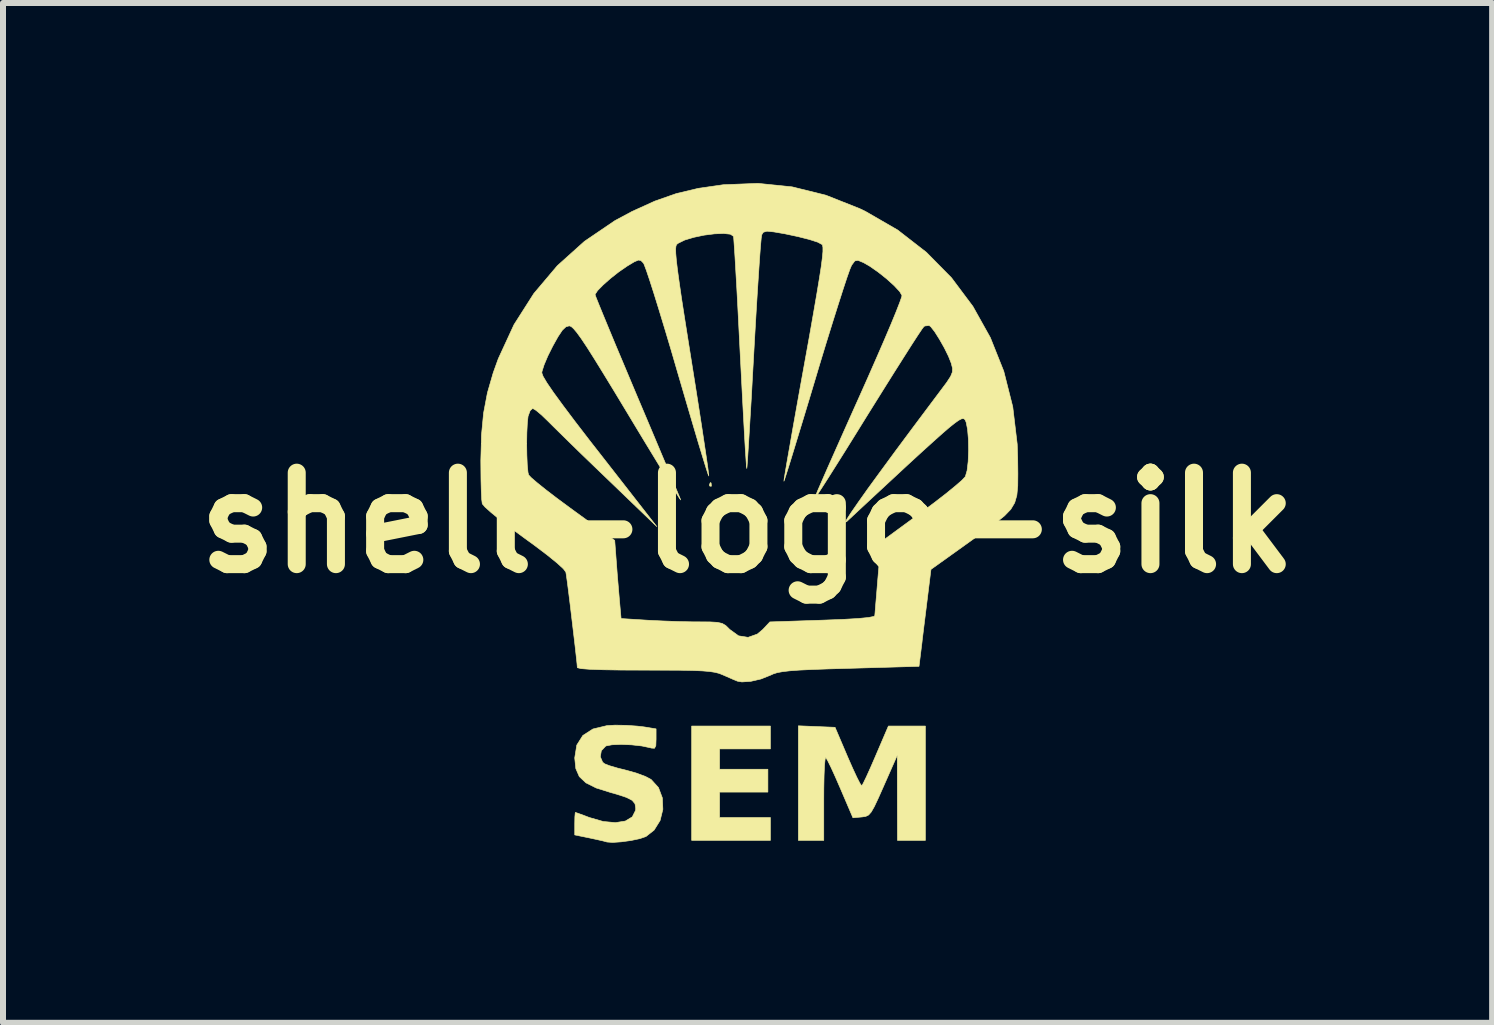
<source format=kicad_pcb>
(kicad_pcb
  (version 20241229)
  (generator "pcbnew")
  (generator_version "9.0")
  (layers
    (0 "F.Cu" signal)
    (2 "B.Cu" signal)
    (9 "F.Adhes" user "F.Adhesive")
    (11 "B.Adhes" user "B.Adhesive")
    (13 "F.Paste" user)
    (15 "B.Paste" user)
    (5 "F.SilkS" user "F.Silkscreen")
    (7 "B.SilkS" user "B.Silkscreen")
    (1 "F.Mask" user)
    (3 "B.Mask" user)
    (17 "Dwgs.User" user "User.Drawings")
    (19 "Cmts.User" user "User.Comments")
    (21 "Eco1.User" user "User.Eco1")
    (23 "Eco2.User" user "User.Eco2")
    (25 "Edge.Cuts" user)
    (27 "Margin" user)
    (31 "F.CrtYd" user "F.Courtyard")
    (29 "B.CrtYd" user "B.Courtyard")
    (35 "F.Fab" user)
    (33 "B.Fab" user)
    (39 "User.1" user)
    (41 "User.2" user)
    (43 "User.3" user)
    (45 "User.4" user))
  (footprint "shell-logo-silk"
    (layer "F.Cu")
    (at 9.405 5.66)
    (property "Reference" "shell-logo-silk" (at 0 0 0) (layer "F.SilkS") (effects (font (size 1.524 1.524) (thickness 0.3))))
    (attr through_hole)
    (fp_poly (pts (xy 1.101 -0.318) (xy 1.079 -0.296) (xy 1.058 -0.318) (xy 1.079 -0.339) (xy 1.101 -0.318)) (stroke (width 0.01) (type solid)) (fill yes) (layer "F.SilkS"))
    (fp_poly (pts (xy -0.607 -0.663) (xy -0.602 -0.613) (xy -0.607 -0.607) (xy -0.632 -0.613) (xy -0.635 -0.635) (xy -0.62 -0.67) (xy -0.607 -0.663)) (stroke (width 0.01) (type solid)) (fill yes) (layer "F.SilkS"))
    (fp_poly (pts (xy 0.381 3.768) (xy -0.466 3.768) (xy -0.466 4.106) (xy 0.339 4.106) (xy 0.339 4.487) (xy -0.466 4.487) (xy -0.466 4.911) (xy 0.381 4.911) (xy 0.381 5.292) (xy -0.931 5.292) (xy -0.931 3.387) (xy 0.381 3.387) (xy 0.381 3.768)) (stroke (width 0.01) (type solid)) (fill yes) (layer "F.SilkS"))
    (fp_poly (pts (xy 1.458 3.408) (xy 1.669 3.903) (xy 1.75 4.087) (xy 1.82 4.238) (xy 1.873 4.342) (xy 1.902 4.383) (xy 1.903 4.383) (xy 1.928 4.34) (xy 1.979 4.235) (xy 2.048 4.082) (xy 2.128 3.898) (xy 2.137 3.877) (xy 2.347 3.387) (xy 2.963 3.387) (xy 2.963 5.292) (xy 2.498 5.292) (xy 2.496 4.583) (xy 2.495 3.873) (xy 2.271 4.381) (xy 2.179 4.588) (xy 2.112 4.73) (xy 2.061 4.819) (xy 2.017 4.869) (xy 1.97 4.892) (xy 1.912 4.901) (xy 1.902 4.902) (xy 1.756 4.915) (xy 1.545 4.422) (xy 1.463 4.234) (xy 1.391 4.076) (xy 1.335 3.963) (xy 1.304 3.911) (xy 1.302 3.91) (xy 1.292 3.943) (xy 1.282 4.047) (xy 1.275 4.209) (xy 1.271 4.416) (xy 1.27 4.591) (xy 1.27 5.292) (xy 0.847 5.292) (xy 0.847 3.383) (xy 1.458 3.408)) (stroke (width 0.01) (type solid)) (fill yes) (layer "F.SilkS"))
    (fp_poly (pts (xy -2.023 3.375) (xy -1.836 3.388) (xy -1.725 3.401) (xy -1.524 3.434) (xy -1.524 3.606) (xy -1.528 3.714) (xy -1.55 3.757) (xy -1.602 3.754) (xy -1.619 3.749) (xy -1.76 3.719) (xy -1.931 3.7) (xy -2.107 3.693) (xy -2.258 3.699) (xy -2.357 3.718) (xy -2.364 3.722) (xy -2.436 3.798) (xy -2.453 3.899) (xy -2.414 3.99) (xy -2.379 4.017) (xy -2.299 4.048) (xy -2.167 4.087) (xy -2.014 4.125) (xy -1.848 4.172) (xy -1.699 4.228) (xy -1.607 4.277) (xy -1.484 4.412) (xy -1.419 4.585) (xy -1.411 4.775) (xy -1.457 4.961) (xy -1.557 5.121) (xy -1.693 5.228) (xy -1.795 5.263) (xy -1.942 5.294) (xy -2.103 5.316) (xy -2.247 5.326) (xy -2.343 5.319) (xy -2.349 5.317) (xy -2.412 5.3) (xy -2.528 5.274) (xy -2.635 5.251) (xy -2.879 5.201) (xy -2.879 5.013) (xy -2.877 4.901) (xy -2.871 4.834) (xy -2.868 4.826) (xy -2.826 4.84) (xy -2.729 4.875) (xy -2.635 4.911) (xy -2.405 4.977) (xy -2.201 4.996) (xy -2.036 4.97) (xy -1.92 4.9) (xy -1.865 4.79) (xy -1.863 4.754) (xy -1.875 4.682) (xy -1.922 4.625) (xy -2.017 4.576) (xy -2.175 4.524) (xy -2.275 4.496) (xy -2.521 4.419) (xy -2.693 4.333) (xy -2.803 4.229) (xy -2.861 4.096) (xy -2.879 3.922) (xy -2.879 3.915) (xy -2.845 3.704) (xy -2.744 3.544) (xy -2.576 3.436) (xy -2.343 3.38) (xy -2.208 3.372) (xy -2.023 3.375)) (stroke (width 0.01) (type solid)) (fill yes) (layer "F.SilkS"))
    (fp_poly (pts (xy 0.742 -5.597) (xy 1.304 -5.458) (xy 1.867 -5.235) (xy 1.968 -5.186) (xy 2.501 -4.878) (xy 2.979 -4.507) (xy 3.398 -4.082) (xy 3.755 -3.605) (xy 4.046 -3.084) (xy 4.269 -2.525) (xy 4.419 -1.931) (xy 4.493 -1.31) (xy 4.501 -1.079) (xy 4.504 -0.817) (xy 4.502 -0.615) (xy 4.487 -0.458) (xy 4.451 -0.333) (xy 4.386 -0.224) (xy 4.284 -0.118) (xy 4.137 0.001) (xy 3.937 0.146) (xy 3.749 0.281) (xy 3.056 0.777) (xy 3.006 1.182) (xy 2.976 1.425) (xy 2.942 1.698) (xy 2.911 1.95) (xy 2.907 1.99) (xy 2.857 2.392) (xy 1.7 2.425) (xy 1.349 2.435) (xy 1.073 2.445) (xy 0.86 2.455) (xy 0.7 2.467) (xy 0.582 2.481) (xy 0.495 2.497) (xy 0.429 2.518) (xy 0.381 2.54) (xy 0.223 2.603) (xy 0.054 2.642) (xy -0.094 2.652) (xy -0.169 2.639) (xy -0.246 2.607) (xy -0.362 2.556) (xy -0.41 2.535) (xy -0.472 2.51) (xy -0.542 2.492) (xy -0.632 2.478) (xy -0.753 2.468) (xy -0.917 2.461) (xy -1.133 2.457) (xy -1.413 2.456) (xy -1.712 2.455) (xy -2.103 2.454) (xy -2.41 2.449) (xy -2.634 2.441) (xy -2.775 2.43) (xy -2.834 2.415) (xy -2.836 2.411) (xy -2.841 2.349) (xy -2.855 2.22) (xy -2.875 2.041) (xy -2.9 1.829) (xy -2.927 1.602) (xy -2.954 1.375) (xy -2.98 1.166) (xy -3.002 0.993) (xy -3.019 0.872) (xy -3.027 0.823) (xy -3.068 0.767) (xy -3.174 0.67) (xy -3.338 0.537) (xy -3.552 0.375) (xy -3.721 0.252) (xy -3.932 0.097) (xy -4.119 -0.046) (xy -4.269 -0.168) (xy -4.373 -0.261) (xy -4.419 -0.315) (xy -4.42 -0.318) (xy -4.429 -0.388) (xy -4.436 -0.527) (xy -4.441 -0.715) (xy -4.443 -0.936) (xy -4.444 -1.037) (xy -4.436 -1.315) (xy -3.68 -1.315) (xy -3.677 -1.127) (xy -3.67 -0.961) (xy -3.658 -0.84) (xy -3.648 -0.798) (xy -3.606 -0.753) (xy -3.506 -0.667) (xy -3.359 -0.549) (xy -3.175 -0.408) (xy -2.965 -0.253) (xy -2.916 -0.217) (xy -2.213 0.294) (xy -2.185 0.666) (xy -2.169 0.88) (xy -2.15 1.104) (xy -2.134 1.295) (xy -2.132 1.317) (xy -2.107 1.596) (xy -1.661 1.624) (xy -1.415 1.636) (xy -1.144 1.646) (xy -0.895 1.651) (xy -0.815 1.651) (xy -0.627 1.652) (xy -0.504 1.659) (xy -0.423 1.677) (xy -0.364 1.711) (xy -0.307 1.767) (xy -0.296 1.778) (xy -0.149 1.884) (xy 0.009 1.909) (xy 0.164 1.854) (xy 0.254 1.778) (xy 0.372 1.652) (xy 1.244 1.623) (xy 1.587 1.61) (xy 1.845 1.595) (xy 2.018 1.578) (xy 2.107 1.56) (xy 2.12 1.549) (xy 2.125 1.492) (xy 2.135 1.367) (xy 2.15 1.191) (xy 2.167 0.981) (xy 2.173 0.911) (xy 2.223 0.319) (xy 2.9 -0.177) (xy 3.112 -0.335) (xy 3.302 -0.482) (xy 3.459 -0.61) (xy 3.571 -0.707) (xy 3.627 -0.767) (xy 3.629 -0.77) (xy 3.658 -0.869) (xy 3.676 -1.021) (xy 3.683 -1.204) (xy 3.68 -1.39) (xy 3.666 -1.556) (xy 3.642 -1.676) (xy 3.625 -1.714) (xy 3.61 -1.73) (xy 3.59 -1.736) (xy 3.561 -1.73) (xy 3.516 -1.706) (xy 3.453 -1.661) (xy 3.365 -1.591) (xy 3.249 -1.491) (xy 3.1 -1.358) (xy 2.912 -1.188) (xy 2.682 -0.977) (xy 2.405 -0.72) (xy 2.075 -0.414) (xy 1.688 -0.054) (xy 1.657 -0.024) (xy 1.63 -0.009) (xy 1.654 -0.058) (xy 1.726 -0.17) (xy 1.845 -0.342) (xy 2.008 -0.572) (xy 2.216 -0.857) (xy 2.465 -1.196) (xy 2.755 -1.586) (xy 3.083 -2.024) (xy 3.209 -2.192) (xy 3.319 -2.339) (xy 3.384 -2.439) (xy 3.413 -2.511) (xy 3.415 -2.575) (xy 3.396 -2.65) (xy 3.394 -2.658) (xy 3.348 -2.774) (xy 3.279 -2.914) (xy 3.198 -3.057) (xy 3.119 -3.182) (xy 3.054 -3.265) (xy 3.026 -3.287) (xy 2.956 -3.279) (xy 2.939 -3.27) (xy 2.907 -3.228) (xy 2.836 -3.122) (xy 2.731 -2.96) (xy 2.597 -2.749) (xy 2.438 -2.498) (xy 2.26 -2.214) (xy 2.067 -1.905) (xy 2.009 -1.812) (xy 1.815 -1.499) (xy 1.636 -1.211) (xy 1.475 -0.955) (xy 1.338 -0.738) (xy 1.229 -0.568) (xy 1.154 -0.453) (xy 1.116 -0.399) (xy 1.113 -0.396) (xy 1.128 -0.436) (xy 1.173 -0.545) (xy 1.247 -0.715) (xy 1.345 -0.939) (xy 1.464 -1.207) (xy 1.6 -1.513) (xy 1.75 -1.849) (xy 1.843 -2.056) (xy 2 -2.408) (xy 2.145 -2.738) (xy 2.275 -3.037) (xy 2.386 -3.298) (xy 2.474 -3.512) (xy 2.536 -3.671) (xy 2.569 -3.765) (xy 2.573 -3.787) (xy 2.534 -3.854) (xy 2.442 -3.952) (xy 2.317 -4.065) (xy 2.175 -4.178) (xy 2.034 -4.276) (xy 1.933 -4.334) (xy 1.841 -4.372) (xy 1.788 -4.363) (xy 1.738 -4.296) (xy 1.731 -4.284) (xy 1.704 -4.22) (xy 1.656 -4.084) (xy 1.59 -3.884) (xy 1.509 -3.631) (xy 1.415 -3.333) (xy 1.311 -2.998) (xy 1.201 -2.637) (xy 1.138 -2.426) (xy 1.028 -2.059) (xy 0.925 -1.719) (xy 0.832 -1.414) (xy 0.752 -1.152) (xy 0.687 -0.941) (xy 0.639 -0.79) (xy 0.612 -0.707) (xy 0.606 -0.693) (xy 0.611 -0.735) (xy 0.63 -0.852) (xy 0.661 -1.036) (xy 0.704 -1.279) (xy 0.755 -1.572) (xy 0.815 -1.908) (xy 0.881 -2.277) (xy 0.947 -2.641) (xy 1.031 -3.106) (xy 1.099 -3.494) (xy 1.154 -3.812) (xy 1.196 -4.066) (xy 1.227 -4.265) (xy 1.246 -4.413) (xy 1.256 -4.518) (xy 1.256 -4.587) (xy 1.249 -4.626) (xy 1.242 -4.636) (xy 1.17 -4.675) (xy 1.03 -4.72) (xy 0.841 -4.768) (xy 0.62 -4.815) (xy 0.44 -4.846) (xy 0.323 -4.858) (xy 0.262 -4.84) (xy 0.237 -4.799) (xy 0.228 -4.742) (xy 0.216 -4.61) (xy 0.201 -4.411) (xy 0.184 -4.154) (xy 0.164 -3.848) (xy 0.143 -3.502) (xy 0.121 -3.124) (xy 0.104 -2.821) (xy 0.082 -2.428) (xy 0.062 -2.062) (xy 0.042 -1.732) (xy 0.025 -1.445) (xy 0.01 -1.21) (xy -0.001 -1.037) (xy -0.009 -0.932) (xy -0.013 -0.904) (xy -0.018 -0.942) (xy -0.026 -1.057) (xy -0.038 -1.239) (xy -0.052 -1.481) (xy -0.068 -1.774) (xy -0.086 -2.11) (xy -0.105 -2.48) (xy -0.122 -2.806) (xy -0.142 -3.201) (xy -0.161 -3.571) (xy -0.179 -3.908) (xy -0.196 -4.201) (xy -0.21 -4.443) (xy -0.222 -4.625) (xy -0.23 -4.738) (xy -0.234 -4.773) (xy -0.286 -4.808) (xy -0.399 -4.82) (xy -0.551 -4.814) (xy -0.724 -4.792) (xy -0.895 -4.756) (xy -1.046 -4.711) (xy -1.154 -4.658) (xy -1.18 -4.638) (xy -1.192 -4.613) (xy -1.198 -4.566) (xy -1.196 -4.487) (xy -1.186 -4.372) (xy -1.167 -4.213) (xy -1.138 -4.002) (xy -1.099 -3.733) (xy -1.047 -3.399) (xy -0.983 -2.994) (xy -0.934 -2.687) (xy -0.872 -2.298) (xy -0.815 -1.935) (xy -0.764 -1.606) (xy -0.721 -1.321) (xy -0.686 -1.088) (xy -0.661 -0.914) (xy -0.648 -0.809) (xy -0.646 -0.78) (xy -0.66 -0.816) (xy -0.695 -0.925) (xy -0.749 -1.1) (xy -0.819 -1.33) (xy -0.902 -1.61) (xy -0.996 -1.929) (xy -1.099 -2.281) (xy -1.165 -2.506) (xy -1.273 -2.877) (xy -1.377 -3.225) (xy -1.473 -3.541) (xy -1.558 -3.815) (xy -1.63 -4.04) (xy -1.686 -4.206) (xy -1.723 -4.304) (xy -1.734 -4.326) (xy -1.775 -4.368) (xy -1.817 -4.377) (xy -1.885 -4.349) (xy -2 -4.28) (xy -2.011 -4.273) (xy -2.147 -4.179) (xy -2.285 -4.07) (xy -2.408 -3.961) (xy -2.499 -3.868) (xy -2.539 -3.806) (xy -2.54 -3.8) (xy -2.524 -3.755) (xy -2.478 -3.64) (xy -2.406 -3.464) (xy -2.311 -3.234) (xy -2.197 -2.959) (xy -2.066 -2.648) (xy -1.923 -2.307) (xy -1.838 -2.105) (xy -1.688 -1.751) (xy -1.548 -1.419) (xy -1.422 -1.119) (xy -1.312 -0.859) (xy -1.223 -0.647) (xy -1.159 -0.491) (xy -1.121 -0.4) (xy -1.114 -0.381) (xy -1.13 -0.402) (xy -1.185 -0.489) (xy -1.275 -0.633) (xy -1.396 -0.829) (xy -1.542 -1.069) (xy -1.71 -1.345) (xy -1.895 -1.651) (xy -1.984 -1.799) (xy -2.211 -2.175) (xy -2.399 -2.483) (xy -2.552 -2.731) (xy -2.674 -2.924) (xy -2.77 -3.068) (xy -2.844 -3.17) (xy -2.899 -3.235) (xy -2.939 -3.27) (xy -2.97 -3.281) (xy -2.97 -3.281) (xy -3.026 -3.265) (xy -3.086 -3.208) (xy -3.159 -3.098) (xy -3.246 -2.942) (xy -3.328 -2.778) (xy -3.39 -2.631) (xy -3.424 -2.524) (xy -3.428 -2.498) (xy -3.407 -2.44) (xy -3.343 -2.332) (xy -3.233 -2.171) (xy -3.076 -1.956) (xy -2.87 -1.682) (xy -2.613 -1.348) (xy -2.469 -1.164) (xy -1.511 0.064) (xy -2.311 -0.706) (xy -2.54 -0.926) (xy -2.76 -1.138) (xy -2.96 -1.333) (xy -3.13 -1.5) (xy -3.258 -1.626) (xy -3.322 -1.69) (xy -3.432 -1.796) (xy -3.524 -1.873) (xy -3.579 -1.905) (xy -3.581 -1.905) (xy -3.622 -1.868) (xy -3.655 -1.779) (xy -3.657 -1.773) (xy -3.669 -1.662) (xy -3.677 -1.501) (xy -3.68 -1.315) (xy -4.436 -1.315) (xy -4.433 -1.46) (xy -4.398 -1.827) (xy -4.334 -2.165) (xy -4.237 -2.5) (xy -4.153 -2.733) (xy -3.891 -3.301) (xy -3.561 -3.819) (xy -3.169 -4.283) (xy -2.717 -4.689) (xy -2.211 -5.033) (xy -1.926 -5.186) (xy -1.543 -5.36) (xy -1.186 -5.485) (xy -0.82 -5.572) (xy -0.412 -5.631) (xy -0.404 -5.632) (xy 0.174 -5.655) (xy 0.742 -5.597)) (stroke (width 0.01) (type solid)) (fill yes) (layer "F.SilkS")))
  (gr_rect
    (start -3 -3)
    (end 21.811 13.991)
    (stroke (width 0.1) (type default))
    (fill no)
    (layer "Edge.Cuts")))
</source>
